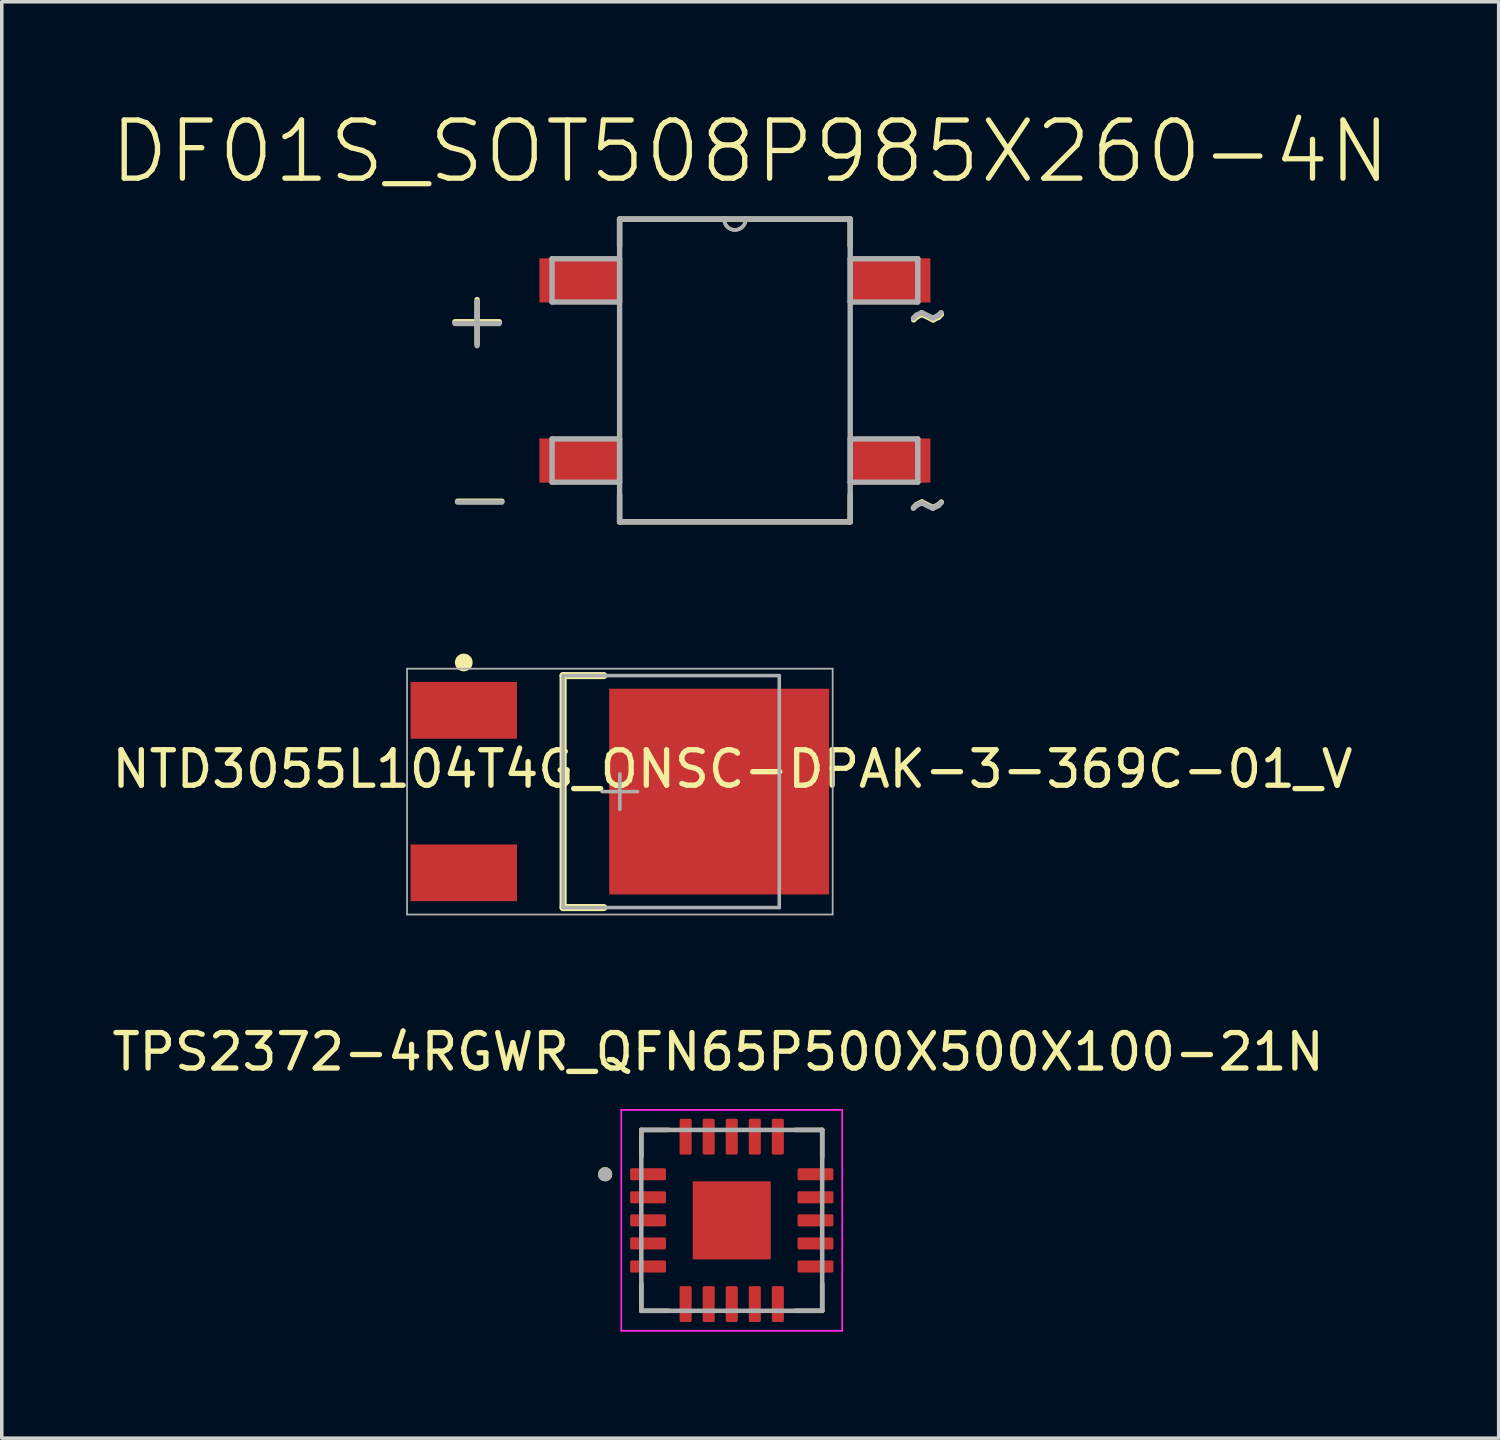
<source format=kicad_pcb>
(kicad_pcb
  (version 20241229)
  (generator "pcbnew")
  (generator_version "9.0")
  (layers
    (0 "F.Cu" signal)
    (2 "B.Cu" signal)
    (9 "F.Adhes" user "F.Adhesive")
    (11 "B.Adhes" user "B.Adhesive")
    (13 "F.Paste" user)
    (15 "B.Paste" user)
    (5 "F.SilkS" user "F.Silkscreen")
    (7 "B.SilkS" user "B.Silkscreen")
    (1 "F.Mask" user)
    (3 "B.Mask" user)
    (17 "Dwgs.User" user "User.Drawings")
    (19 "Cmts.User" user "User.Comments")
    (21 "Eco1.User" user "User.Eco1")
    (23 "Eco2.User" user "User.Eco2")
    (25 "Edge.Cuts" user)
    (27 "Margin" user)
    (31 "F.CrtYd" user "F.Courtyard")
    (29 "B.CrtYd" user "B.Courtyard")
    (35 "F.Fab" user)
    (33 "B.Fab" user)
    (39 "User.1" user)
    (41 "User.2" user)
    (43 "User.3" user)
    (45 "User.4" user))
  (footprint "DF01S_SOT508P985X260-4N"
    (layer "F.Cu")
    (at 17.67 7.395)
    (property "Reference" "DF01S_SOT508P985X260-4N" (at 0.432 -6.173 0) (layer "F.SilkS") (effects (font (size 1.64 1.64) (thickness 0.15))))
    (attr smd)
    (fp_line (start -3.251 -4.267) (end -3.251 -3.505) (stroke (width 0.152) (type solid)) (layer "F.SilkS"))
    (fp_line (start -3.251 3.505) (end -3.251 4.267) (stroke (width 0.152) (type solid)) (layer "F.SilkS"))
    (fp_line (start -3.251 4.267) (end 3.251 4.267) (stroke (width 0.152) (type solid)) (layer "F.SilkS"))
    (fp_line (start -0.305 -4.267) (end -3.251 -4.267) (stroke (width 0.152) (type solid)) (layer "F.SilkS"))
    (fp_line (start 0.305 -4.267) (end -0.305 -4.267) (stroke (width 0.152) (type solid)) (layer "F.SilkS"))
    (fp_line (start 3.251 -4.267) (end 0.305 -4.267) (stroke (width 0.152) (type solid)) (layer "F.SilkS"))
    (fp_line (start 3.251 -3.505) (end 3.251 -4.267) (stroke (width 0.152) (type solid)) (layer "F.SilkS"))
    (fp_line (start 3.251 4.267) (end 3.251 3.505) (stroke (width 0.152) (type solid)) (layer "F.SilkS"))
    (fp_arc (start 0.3048 -4.2672) (mid 0 -3.9624) (end -0.3048 -4.2672) (stroke (width 0.1) (type solid)) (layer "F.SilkS"))
    (fp_line (start -5.156 -3.15) (end -5.156 -1.93) (stroke (width 0.152) (type solid)) (layer "F.Fab"))
    (fp_line (start -5.156 -1.93) (end -3.251 -1.93) (stroke (width 0.152) (type solid)) (layer "F.Fab"))
    (fp_line (start -5.156 1.93) (end -5.156 3.15) (stroke (width 0.152) (type solid)) (layer "F.Fab"))
    (fp_line (start -5.156 3.15) (end -3.251 3.15) (stroke (width 0.152) (type solid)) (layer "F.Fab"))
    (fp_line (start -3.251 -4.267) (end -3.251 4.267) (stroke (width 0.152) (type solid)) (layer "F.Fab"))
    (fp_line (start -3.251 -3.15) (end -5.156 -3.15) (stroke (width 0.152) (type solid)) (layer "F.Fab"))
    (fp_line (start -3.251 -1.93) (end -3.251 -3.15) (stroke (width 0.152) (type solid)) (layer "F.Fab"))
    (fp_line (start -3.251 1.93) (end -5.156 1.93) (stroke (width 0.152) (type solid)) (layer "F.Fab"))
    (fp_line (start -3.251 3.15) (end -3.251 1.93) (stroke (width 0.152) (type solid)) (layer "F.Fab"))
    (fp_line (start -3.251 4.267) (end 3.251 4.267) (stroke (width 0.152) (type solid)) (layer "F.Fab"))
    (fp_line (start -0.305 -4.267) (end -3.251 -4.267) (stroke (width 0.152) (type solid)) (layer "F.Fab"))
    (fp_line (start 0.305 -4.267) (end -0.305 -4.267) (stroke (width 0.152) (type solid)) (layer "F.Fab"))
    (fp_line (start 3.251 -4.267) (end 0.305 -4.267) (stroke (width 0.152) (type solid)) (layer "F.Fab"))
    (fp_line (start 3.251 -3.15) (end 3.251 -1.93) (stroke (width 0.152) (type solid)) (layer "F.Fab"))
    (fp_line (start 3.251 -1.93) (end 5.156 -1.93) (stroke (width 0.152) (type solid)) (layer "F.Fab"))
    (fp_line (start 3.251 1.93) (end 3.251 3.15) (stroke (width 0.152) (type solid)) (layer "F.Fab"))
    (fp_line (start 3.251 3.15) (end 5.156 3.15) (stroke (width 0.152) (type solid)) (layer "F.Fab"))
    (fp_line (start 3.251 4.267) (end 3.251 -4.267) (stroke (width 0.152) (type solid)) (layer "F.Fab"))
    (fp_line (start 5.156 -3.15) (end 3.251 -3.15) (stroke (width 0.152) (type solid)) (layer "F.Fab"))
    (fp_line (start 5.156 -1.93) (end 5.156 -3.15) (stroke (width 0.152) (type solid)) (layer "F.Fab"))
    (fp_line (start 5.156 1.93) (end 3.251 1.93) (stroke (width 0.152) (type solid)) (layer "F.Fab"))
    (fp_line (start 5.156 3.15) (end 5.156 1.93) (stroke (width 0.152) (type solid)) (layer "F.Fab"))
    (fp_arc (start 0.3048 -4.2672) (mid 0 -3.9624) (end -0.3048 -4.2672) (stroke (width 0.1) (type solid)) (layer "F.Fab"))
    (fp_text user "+" (at -7.269 -1.5 0) (layer "F.SilkS") (effects (font (size 1.641 1.641) (thickness 0.15))))
    (fp_text user "~" (at 5.467 3.738 0) (layer "F.SilkS") (effects (font (size 1.642 1.642) (thickness 0.15))))
    (fp_text user "-" (at -7.194 3.559 0) (layer "F.SilkS") (effects (font (size 1.641 1.641) (thickness 0.15))))
    (fp_text user "~" (at 5.471 -1.552 0) (layer "F.SilkS") (effects (font (size 1.643 1.643) (thickness 0.15))))
    (fp_text user "~" (at 5.462 3.76 0) (layer "F.Fab") (effects (font (size 1.64 1.64) (thickness 0.15))))
    (fp_text user "~" (at 5.463 -1.601 0) (layer "F.Fab") (effects (font (size 1.641 1.641) (thickness 0.15))))
    (fp_text user "-" (at -7.197 3.586 0) (layer "F.Fab") (effects (font (size 1.642 1.642) (thickness 0.15))))
    (fp_text user "+" (at -7.27 -1.449 0) (layer "F.Fab") (effects (font (size 1.641 1.641) (thickness 0.15))))
    (pad "1" smd rect (at -4.394 -2.54) (size 2.235 1.245) (layers "F.Cu" "F.Mask" "F.Paste"))
    (pad "2" smd rect (at -4.394 2.54) (size 2.235 1.245) (layers "F.Cu" "F.Mask" "F.Paste"))
    (pad "3" smd rect (at 4.394 2.54) (size 2.235 1.245) (layers "F.Cu" "F.Mask" "F.Paste"))
    (pad "4" smd rect (at 4.394 -2.54) (size 2.235 1.245) (layers "F.Cu" "F.Mask" "F.Paste")))
  (footprint "NTD3055L104T4G_ONSC-DPAK-3-369C-01_V"
    (layer "F.Cu")
    (at 14.426 19.268)
    (property "Reference" "NTD3055L104T4G_ONSC-DPAK-3-369C-01_V" (at 3.175 -0.635 0) (layer "F.SilkS") (effects (font (size 1 1) (thickness 0.15))))
    (attr smd)
    (fp_line (start -1.6 -3.27) (end -0.453 -3.27) (stroke (width 0.2) (type solid)) (layer "F.SilkS"))
    (fp_line (start -1.6 3.27) (end -1.6 -3.27) (stroke (width 0.2) (type solid)) (layer "F.SilkS"))
    (fp_line (start -1.6 3.27) (end -0.453 3.27) (stroke (width 0.2) (type solid)) (layer "F.SilkS"))
    (fp_circle (center -4.4 -3.64) (end -4.275 -3.64) (stroke (width 0.25) (type solid)) (fill no) (layer "F.SilkS"))
    (fp_line (start -6 -3.465) (end 6 -3.465) (stroke (width 0.05) (type solid)) (layer "F.Fab"))
    (fp_line (start -6 3.465) (end -6 -3.465) (stroke (width 0.05) (type solid)) (layer "F.Fab"))
    (fp_line (start -6 3.465) (end 6 3.465) (stroke (width 0.05) (type solid)) (layer "F.Fab"))
    (fp_line (start -1.6 -3.27) (end 4.495 -3.27) (stroke (width 0.1) (type solid)) (layer "F.Fab"))
    (fp_line (start -1.6 3.27) (end -1.6 -3.27) (stroke (width 0.1) (type solid)) (layer "F.Fab"))
    (fp_line (start -1.6 3.27) (end 4.495 3.27) (stroke (width 0.1) (type solid)) (layer "F.Fab"))
    (fp_line (start -0.5 0) (end 0.5 0) (stroke (width 0.1) (type solid)) (layer "F.Fab"))
    (fp_line (start 0 0.5) (end 0 -0.5) (stroke (width 0.1) (type solid)) (layer "F.Fab"))
    (fp_line (start 4.495 3.27) (end 4.495 -3.27) (stroke (width 0.1) (type solid)) (layer "F.Fab"))
    (fp_line (start 6 3.465) (end 6 -3.465) (stroke (width 0.05) (type solid)) (layer "F.Fab"))
    (pad "1" smd rect (at -4.4 -2.29 90) (size 1.6 3) (layers "F.Cu" "F.Mask" "F.Paste"))
    (pad "3" smd rect (at -4.4 2.29 90) (size 1.6 3) (layers "F.Cu" "F.Mask" "F.Paste"))
    (pad "4" smd rect (at 2.8 0 90) (size 5.8 6.2) (layers "F.Cu" "F.Mask" "F.Paste")))
  (footprint "TPS2372-4RGWR_QFN65P500X500X100-21N"
    (layer "F.Cu")
    (at 17.581 31.357)
    (property "Reference" "TPS2372-4RGWR_QFN65P500X500X100-21N" (at -0.385 -4.75 0) (layer "F.SilkS") (effects (font (size 1 1) (thickness 0.15))))
    (attr smd)
    (fp_line (start -2.55 -2.55) (end -2.55 -1.79) (stroke (width 0.127) (type solid)) (layer "F.SilkS"))
    (fp_line (start -2.55 -2.55) (end -1.79 -2.55) (stroke (width 0.127) (type solid)) (layer "F.SilkS"))
    (fp_line (start -2.55 2.55) (end -2.55 1.79) (stroke (width 0.127) (type solid)) (layer "F.SilkS"))
    (fp_line (start -2.55 2.55) (end -1.79 2.55) (stroke (width 0.127) (type solid)) (layer "F.SilkS"))
    (fp_line (start 2.55 -2.55) (end 1.79 -2.55) (stroke (width 0.127) (type solid)) (layer "F.SilkS"))
    (fp_line (start 2.55 -2.55) (end 2.55 -1.79) (stroke (width 0.127) (type solid)) (layer "F.SilkS"))
    (fp_line (start 2.55 2.55) (end 1.79 2.55) (stroke (width 0.127) (type solid)) (layer "F.SilkS"))
    (fp_line (start 2.55 2.55) (end 2.55 1.79) (stroke (width 0.127) (type solid)) (layer "F.SilkS"))
    (fp_circle (center -3.57 -1.3) (end -3.47 -1.3) (stroke (width 0.2) (type solid)) (fill no) (layer "F.SilkS"))
    (fp_poly (pts (xy -0.73 -0.73) (xy 0.73 -0.73) (xy 0.73 0.73) (xy -0.73 0.73)) (stroke (width 0.01) (type solid)) (fill yes) (layer "F.Paste"))
    (fp_line (start -3.115 -3.115) (end 3.115 -3.115) (stroke (width 0.05) (type solid)) (layer "F.CrtYd"))
    (fp_line (start -3.115 3.115) (end -3.115 -3.115) (stroke (width 0.05) (type solid)) (layer "F.CrtYd"))
    (fp_line (start -3.115 3.115) (end 3.115 3.115) (stroke (width 0.05) (type solid)) (layer "F.CrtYd"))
    (fp_line (start 3.115 3.115) (end 3.115 -3.115) (stroke (width 0.05) (type solid)) (layer "F.CrtYd"))
    (fp_line (start -2.55 2.55) (end -2.55 -2.55) (stroke (width 0.127) (type solid)) (layer "F.Fab"))
    (fp_line (start 2.55 -2.55) (end -2.55 -2.55) (stroke (width 0.127) (type solid)) (layer "F.Fab"))
    (fp_line (start 2.55 2.55) (end -2.55 2.55) (stroke (width 0.127) (type solid)) (layer "F.Fab"))
    (fp_line (start 2.55 2.55) (end 2.55 -2.55) (stroke (width 0.127) (type solid)) (layer "F.Fab"))
    (fp_circle (center -3.57 -1.3) (end -3.47 -1.3) (stroke (width 0.2) (type solid)) (fill no) (layer "F.Fab"))
    (pad "1" smd roundrect (at -2.36 -1.3) (size 1.01 0.34) (layers "F.Cu" "F.Mask" "F.Paste") (roundrect_rratio 0.125))
    (pad "2" smd roundrect (at -2.36 -0.65) (size 1.01 0.34) (layers "F.Cu" "F.Mask" "F.Paste") (roundrect_rratio 0.125))
    (pad "3" smd roundrect (at -2.36 0) (size 1.01 0.34) (layers "F.Cu" "F.Mask" "F.Paste") (roundrect_rratio 0.125))
    (pad "4" smd roundrect (at -2.36 0.65) (size 1.01 0.34) (layers "F.Cu" "F.Mask" "F.Paste") (roundrect_rratio 0.125))
    (pad "5" smd roundrect (at -2.36 1.3) (size 1.01 0.34) (layers "F.Cu" "F.Mask" "F.Paste") (roundrect_rratio 0.125))
    (pad "6" smd roundrect (at -1.3 2.36 90) (size 1.01 0.34) (layers "F.Cu" "F.Mask" "F.Paste") (roundrect_rratio 0.125))
    (pad "7" smd roundrect (at -0.65 2.36 90) (size 1.01 0.34) (layers "F.Cu" "F.Mask" "F.Paste") (roundrect_rratio 0.125))
    (pad "8" smd roundrect (at 0 2.36 90) (size 1.01 0.34) (layers "F.Cu" "F.Mask" "F.Paste") (roundrect_rratio 0.125))
    (pad "9" smd roundrect (at 0.65 2.36 90) (size 1.01 0.34) (layers "F.Cu" "F.Mask" "F.Paste") (roundrect_rratio 0.125))
    (pad "10" smd roundrect (at 1.3 2.36 90) (size 1.01 0.34) (layers "F.Cu" "F.Mask" "F.Paste") (roundrect_rratio 0.125))
    (pad "11" smd roundrect (at 2.36 1.3) (size 1.01 0.34) (layers "F.Cu" "F.Mask" "F.Paste") (roundrect_rratio 0.125))
    (pad "12" smd roundrect (at 2.36 0.65) (size 1.01 0.34) (layers "F.Cu" "F.Mask" "F.Paste") (roundrect_rratio 0.125))
    (pad "13" smd roundrect (at 2.36 0) (size 1.01 0.34) (layers "F.Cu" "F.Mask" "F.Paste") (roundrect_rratio 0.125))
    (pad "14" smd roundrect (at 2.36 -0.65) (size 1.01 0.34) (layers "F.Cu" "F.Mask" "F.Paste") (roundrect_rratio 0.125))
    (pad "15" smd roundrect (at 2.36 -1.3) (size 1.01 0.34) (layers "F.Cu" "F.Mask" "F.Paste") (roundrect_rratio 0.125))
    (pad "16" smd roundrect (at 1.3 -2.36 90) (size 1.01 0.34) (layers "F.Cu" "F.Mask" "F.Paste") (roundrect_rratio 0.125))
    (pad "17" smd roundrect (at 0.65 -2.36 90) (size 1.01 0.34) (layers "F.Cu" "F.Mask" "F.Paste") (roundrect_rratio 0.125))
    (pad "18" smd roundrect (at 0 -2.36 90) (size 1.01 0.34) (layers "F.Cu" "F.Mask" "F.Paste") (roundrect_rratio 0.125))
    (pad "19" smd roundrect (at -0.65 -2.36 90) (size 1.01 0.34) (layers "F.Cu" "F.Mask" "F.Paste") (roundrect_rratio 0.125))
    (pad "20" smd roundrect (at -1.3 -2.36 90) (size 1.01 0.34) (layers "F.Cu" "F.Mask" "F.Paste") (roundrect_rratio 0.125))
    (pad "21" smd rect (at 0 0) (size 2.2 2.2) (layers "F.Cu" "F.Mask")))
  (gr_rect
    (start -3 -3)
    (end 39.204 37.497)
    (stroke (width 0.1) (type default))
    (fill no)
    (layer "Edge.Cuts")))
</source>
